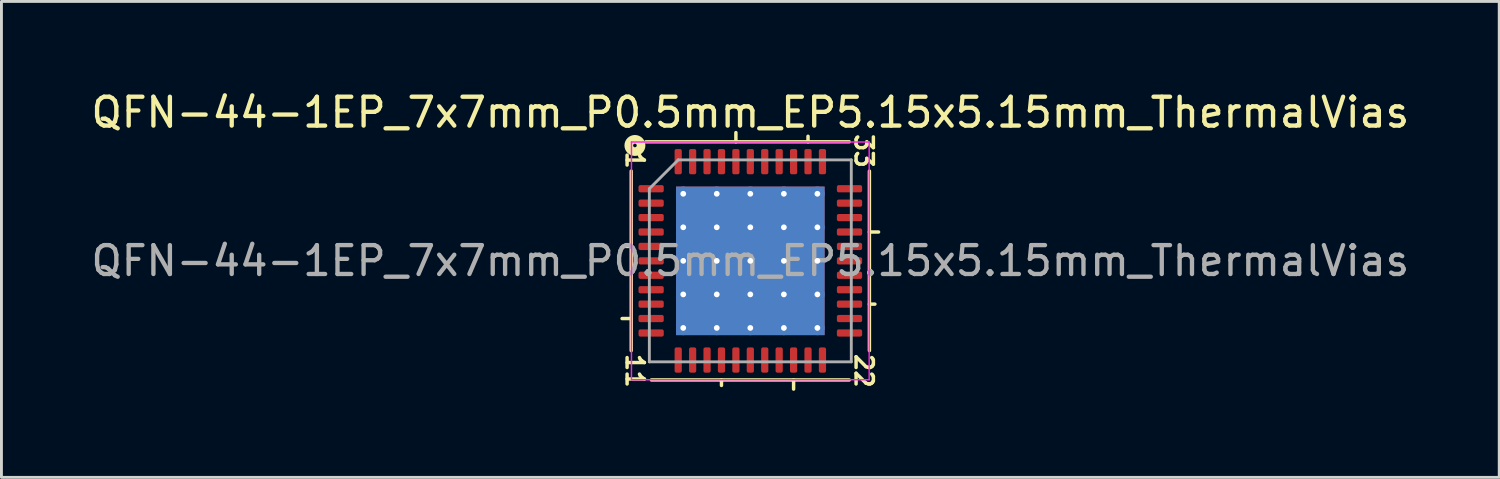
<source format=kicad_pcb>
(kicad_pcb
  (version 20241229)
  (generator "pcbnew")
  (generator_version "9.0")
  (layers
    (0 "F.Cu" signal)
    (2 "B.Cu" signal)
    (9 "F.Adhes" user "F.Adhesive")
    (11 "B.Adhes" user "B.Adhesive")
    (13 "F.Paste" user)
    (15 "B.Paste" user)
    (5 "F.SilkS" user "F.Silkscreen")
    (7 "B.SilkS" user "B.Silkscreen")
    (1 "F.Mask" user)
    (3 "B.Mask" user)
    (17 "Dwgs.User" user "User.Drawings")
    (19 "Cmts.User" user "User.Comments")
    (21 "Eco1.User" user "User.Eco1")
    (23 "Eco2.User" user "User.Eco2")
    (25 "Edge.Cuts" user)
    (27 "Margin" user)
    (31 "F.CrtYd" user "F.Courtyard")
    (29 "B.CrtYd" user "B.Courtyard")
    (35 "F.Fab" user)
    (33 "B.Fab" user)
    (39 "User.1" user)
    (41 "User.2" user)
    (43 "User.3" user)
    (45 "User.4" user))
  (footprint "QFN-44-1EP_7x7mm_P0.5mm_EP5.15x5.15mm_ThermalVias"
    (layer "F.Cu")
    (at 22.958 5.992)
    (property "Reference" "QFN-44-1EP_7x7mm_P0.5mm_EP5.15x5.15mm_ThermalVias" (at 0 -5.144 0) (layer "F.SilkS") (effects (font (size 1 1) (thickness 0.15))))
    (attr smd)
    (fp_line (start -4.128 -3.111) (end -4.128 3.111) (stroke (width 0.12) (type solid)) (layer "F.SilkS"))
    (fp_line (start -4.128 -0.5) (end -4.318 -0.5) (stroke (width 0.12) (type solid)) (layer "F.SilkS"))
    (fp_line (start -4.128 2) (end -4.445 2) (stroke (width 0.12) (type solid)) (layer "F.SilkS"))
    (fp_line (start -3.429 4.128) (end 3.429 4.128) (stroke (width 0.12) (type solid)) (layer "F.SilkS"))
    (fp_line (start -1 4.128) (end -1 4.318) (stroke (width 0.12) (type solid)) (layer "F.SilkS"))
    (fp_line (start -0.5 -4.128) (end -0.5 -4.445) (stroke (width 0.12) (type solid)) (layer "F.SilkS"))
    (fp_line (start 1.5 4.128) (end 1.5 4.445) (stroke (width 0.12) (type solid)) (layer "F.SilkS"))
    (fp_line (start 2 -4.128) (end 2 -4.318) (stroke (width 0.12) (type solid)) (layer "F.SilkS"))
    (fp_line (start 3.429 -4.128) (end -3.619 -4.128) (stroke (width 0.12) (type solid)) (layer "F.SilkS"))
    (fp_line (start 4.128 -1) (end 4.445 -1) (stroke (width 0.12) (type solid)) (layer "F.SilkS"))
    (fp_line (start 4.128 1.5) (end 4.318 1.5) (stroke (width 0.12) (type solid)) (layer "F.SilkS"))
    (fp_line (start 4.128 3.111) (end 4.128 -3.111) (stroke (width 0.12) (type solid)) (layer "F.SilkS"))
    (fp_circle (center -4 -4) (end -3.937 -4) (stroke (width 0.3) (type solid)) (fill no) (layer "F.SilkS"))
    (fp_line (start -4.12 -4.12) (end -4.12 4.12) (stroke (width 0.05) (type solid)) (layer "F.CrtYd"))
    (fp_line (start -4.12 4.12) (end 4.12 4.12) (stroke (width 0.05) (type solid)) (layer "F.CrtYd"))
    (fp_line (start 4.12 -4.12) (end -4.12 -4.12) (stroke (width 0.05) (type solid)) (layer "F.CrtYd"))
    (fp_line (start 4.12 4.12) (end 4.12 -4.12) (stroke (width 0.05) (type solid)) (layer "F.CrtYd"))
    (fp_line (start -3.5 -2.5) (end -2.5 -3.5) (stroke (width 0.1) (type solid)) (layer "F.Fab"))
    (fp_line (start -3.5 3.5) (end -3.5 -2.5) (stroke (width 0.1) (type solid)) (layer "F.Fab"))
    (fp_line (start -2.5 -3.5) (end 3.5 -3.5) (stroke (width 0.1) (type solid)) (layer "F.Fab"))
    (fp_line (start 3.5 -3.5) (end 3.5 3.5) (stroke (width 0.1) (type solid)) (layer "F.Fab"))
    (fp_line (start 3.5 3.5) (end -3.5 3.5) (stroke (width 0.1) (type solid)) (layer "F.Fab"))
    (fp_text user "33" (at 3.937 -3.81 270) (unlocked yes) (layer "F.SilkS") (effects (font (size 0.6 0.6) (thickness 0.12))))
    (fp_text user "22" (at 3.937 3.81 270) (unlocked yes) (layer "F.SilkS") (effects (font (size 0.6 0.6) (thickness 0.12))))
    (fp_text user "1" (at -4 -3.493 270) (unlocked yes) (layer "F.SilkS") (effects (font (size 0.6 0.6) (thickness 0.12))))
    (fp_text user "11" (at -4 3.81 270) (unlocked yes) (layer "F.SilkS") (effects (font (size 0.6 0.6) (thickness 0.12))))
    (fp_text user "${REFERENCE}" (at 0 0 0) (layer "F.Fab") (effects (font (size 1 1) (thickness 0.15))))
    (pad "" smd roundrect (at -1.744 -1.744) (size 0.997 0.997) (layers "F.Paste") (roundrect_rratio 0.25))
    (pad "" smd roundrect (at -1.744 -0.581) (size 0.997 0.997) (layers "F.Paste") (roundrect_rratio 0.25))
    (pad "" smd roundrect (at -1.744 0.581) (size 0.997 0.997) (layers "F.Paste") (roundrect_rratio 0.25))
    (pad "" smd roundrect (at -1.744 1.744) (size 0.997 0.997) (layers "F.Paste") (roundrect_rratio 0.25))
    (pad "" smd roundrect (at -0.581 -1.744) (size 0.997 0.997) (layers "F.Paste") (roundrect_rratio 0.25))
    (pad "" smd roundrect (at -0.581 -0.581) (size 0.997 0.997) (layers "F.Paste") (roundrect_rratio 0.25))
    (pad "" smd roundrect (at -0.581 0.581) (size 0.997 0.997) (layers "F.Paste") (roundrect_rratio 0.25))
    (pad "" smd roundrect (at -0.581 1.744) (size 0.997 0.997) (layers "F.Paste") (roundrect_rratio 0.25))
    (pad "" smd roundrect (at 0.581 -1.744) (size 0.997 0.997) (layers "F.Paste") (roundrect_rratio 0.25))
    (pad "" smd roundrect (at 0.581 -0.581) (size 0.997 0.997) (layers "F.Paste") (roundrect_rratio 0.25))
    (pad "" smd roundrect (at 0.581 0.581) (size 0.997 0.997) (layers "F.Paste") (roundrect_rratio 0.25))
    (pad "" smd roundrect (at 0.581 1.744) (size 0.997 0.997) (layers "F.Paste") (roundrect_rratio 0.25))
    (pad "" smd roundrect (at 1.744 -1.744) (size 0.997 0.997) (layers "F.Paste") (roundrect_rratio 0.25))
    (pad "" smd roundrect (at 1.744 -0.581) (size 0.997 0.997) (layers "F.Paste") (roundrect_rratio 0.25))
    (pad "" smd roundrect (at 1.744 0.581) (size 0.997 0.997) (layers "F.Paste") (roundrect_rratio 0.25))
    (pad "" smd roundrect (at 1.744 1.744) (size 0.997 0.997) (layers "F.Paste") (roundrect_rratio 0.25))
    (pad "1" smd roundrect (at -3.438 -2.5) (size 0.875 0.25) (layers "F.Cu" "F.Mask" "F.Paste") (roundrect_rratio 0.25))
    (pad "2" smd roundrect (at -3.438 -2) (size 0.875 0.25) (layers "F.Cu" "F.Mask" "F.Paste") (roundrect_rratio 0.25))
    (pad "3" smd roundrect (at -3.438 -1.5) (size 0.875 0.25) (layers "F.Cu" "F.Mask" "F.Paste") (roundrect_rratio 0.25))
    (pad "4" smd roundrect (at -3.438 -1) (size 0.875 0.25) (layers "F.Cu" "F.Mask" "F.Paste") (roundrect_rratio 0.25))
    (pad "5" smd roundrect (at -3.438 -0.5) (size 0.875 0.25) (layers "F.Cu" "F.Mask" "F.Paste") (roundrect_rratio 0.25))
    (pad "6" smd roundrect (at -3.438 0) (size 0.875 0.25) (layers "F.Cu" "F.Mask" "F.Paste") (roundrect_rratio 0.25))
    (pad "7" smd roundrect (at -3.438 0.5) (size 0.875 0.25) (layers "F.Cu" "F.Mask" "F.Paste") (roundrect_rratio 0.25))
    (pad "8" smd roundrect (at -3.438 1) (size 0.875 0.25) (layers "F.Cu" "F.Mask" "F.Paste") (roundrect_rratio 0.25))
    (pad "9" smd roundrect (at -3.438 1.5) (size 0.875 0.25) (layers "F.Cu" "F.Mask" "F.Paste") (roundrect_rratio 0.25))
    (pad "10" smd roundrect (at -3.438 2) (size 0.875 0.25) (layers "F.Cu" "F.Mask" "F.Paste") (roundrect_rratio 0.25))
    (pad "11" smd roundrect (at -3.438 2.5) (size 0.875 0.25) (layers "F.Cu" "F.Mask" "F.Paste") (roundrect_rratio 0.25))
    (pad "12" smd roundrect (at -2.5 3.438) (size 0.25 0.875) (layers "F.Cu" "F.Mask" "F.Paste") (roundrect_rratio 0.25))
    (pad "13" smd roundrect (at -2 3.438) (size 0.25 0.875) (layers "F.Cu" "F.Mask" "F.Paste") (roundrect_rratio 0.25))
    (pad "14" smd roundrect (at -1.5 3.438) (size 0.25 0.875) (layers "F.Cu" "F.Mask" "F.Paste") (roundrect_rratio 0.25))
    (pad "15" smd roundrect (at -1 3.438) (size 0.25 0.875) (layers "F.Cu" "F.Mask" "F.Paste") (roundrect_rratio 0.25))
    (pad "16" smd roundrect (at -0.5 3.438) (size 0.25 0.875) (layers "F.Cu" "F.Mask" "F.Paste") (roundrect_rratio 0.25))
    (pad "17" smd roundrect (at 0 3.438) (size 0.25 0.875) (layers "F.Cu" "F.Mask" "F.Paste") (roundrect_rratio 0.25))
    (pad "18" smd roundrect (at 0.5 3.438) (size 0.25 0.875) (layers "F.Cu" "F.Mask" "F.Paste") (roundrect_rratio 0.25))
    (pad "19" smd roundrect (at 1 3.438) (size 0.25 0.875) (layers "F.Cu" "F.Mask" "F.Paste") (roundrect_rratio 0.25))
    (pad "20" smd roundrect (at 1.5 3.438) (size 0.25 0.875) (layers "F.Cu" "F.Mask" "F.Paste") (roundrect_rratio 0.25))
    (pad "21" smd roundrect (at 2 3.438) (size 0.25 0.875) (layers "F.Cu" "F.Mask" "F.Paste") (roundrect_rratio 0.25))
    (pad "22" smd roundrect (at 2.5 3.438) (size 0.25 0.875) (layers "F.Cu" "F.Mask" "F.Paste") (roundrect_rratio 0.25))
    (pad "23" smd roundrect (at 3.438 2.5) (size 0.875 0.25) (layers "F.Cu" "F.Mask" "F.Paste") (roundrect_rratio 0.25))
    (pad "24" smd roundrect (at 3.438 2) (size 0.875 0.25) (layers "F.Cu" "F.Mask" "F.Paste") (roundrect_rratio 0.25))
    (pad "25" smd roundrect (at 3.438 1.5) (size 0.875 0.25) (layers "F.Cu" "F.Mask" "F.Paste") (roundrect_rratio 0.25))
    (pad "26" smd roundrect (at 3.438 1) (size 0.875 0.25) (layers "F.Cu" "F.Mask" "F.Paste") (roundrect_rratio 0.25))
    (pad "27" smd roundrect (at 3.438 0.5) (size 0.875 0.25) (layers "F.Cu" "F.Mask" "F.Paste") (roundrect_rratio 0.25))
    (pad "28" smd roundrect (at 3.438 0) (size 0.875 0.25) (layers "F.Cu" "F.Mask" "F.Paste") (roundrect_rratio 0.25))
    (pad "29" smd roundrect (at 3.438 -0.5) (size 0.875 0.25) (layers "F.Cu" "F.Mask" "F.Paste") (roundrect_rratio 0.25))
    (pad "30" smd roundrect (at 3.438 -1) (size 0.875 0.25) (layers "F.Cu" "F.Mask" "F.Paste") (roundrect_rratio 0.25))
    (pad "31" smd roundrect (at 3.438 -1.5) (size 0.875 0.25) (layers "F.Cu" "F.Mask" "F.Paste") (roundrect_rratio 0.25))
    (pad "32" smd roundrect (at 3.438 -2) (size 0.875 0.25) (layers "F.Cu" "F.Mask" "F.Paste") (roundrect_rratio 0.25))
    (pad "33" smd roundrect (at 3.438 -2.5) (size 0.875 0.25) (layers "F.Cu" "F.Mask" "F.Paste") (roundrect_rratio 0.25))
    (pad "34" smd roundrect (at 2.5 -3.438) (size 0.25 0.875) (layers "F.Cu" "F.Mask" "F.Paste") (roundrect_rratio 0.25))
    (pad "35" smd roundrect (at 2 -3.438) (size 0.25 0.875) (layers "F.Cu" "F.Mask" "F.Paste") (roundrect_rratio 0.25))
    (pad "36" smd roundrect (at 1.5 -3.438) (size 0.25 0.875) (layers "F.Cu" "F.Mask" "F.Paste") (roundrect_rratio 0.25))
    (pad "37" smd roundrect (at 1 -3.438) (size 0.25 0.875) (layers "F.Cu" "F.Mask" "F.Paste") (roundrect_rratio 0.25))
    (pad "38" smd roundrect (at 0.5 -3.438) (size 0.25 0.875) (layers "F.Cu" "F.Mask" "F.Paste") (roundrect_rratio 0.25))
    (pad "39" smd roundrect (at 0 -3.438) (size 0.25 0.875) (layers "F.Cu" "F.Mask" "F.Paste") (roundrect_rratio 0.25))
    (pad "40" smd roundrect (at -0.5 -3.438) (size 0.25 0.875) (layers "F.Cu" "F.Mask" "F.Paste") (roundrect_rratio 0.25))
    (pad "41" smd roundrect (at -1 -3.438) (size 0.25 0.875) (layers "F.Cu" "F.Mask" "F.Paste") (roundrect_rratio 0.25))
    (pad "42" smd roundrect (at -1.5 -3.438) (size 0.25 0.875) (layers "F.Cu" "F.Mask" "F.Paste") (roundrect_rratio 0.25))
    (pad "43" smd roundrect (at -2 -3.438) (size 0.25 0.875) (layers "F.Cu" "F.Mask" "F.Paste") (roundrect_rratio 0.25))
    (pad "44" smd roundrect (at -2.5 -3.438) (size 0.25 0.875) (layers "F.Cu" "F.Mask" "F.Paste") (roundrect_rratio 0.25))
    (pad "45" thru_hole circle (at -2.325 -2.325) (size 0.5 0.5) (drill 0.2) (layers "*.Cu"))
    (pad "45" thru_hole circle (at -2.325 -1.163) (size 0.5 0.5) (drill 0.2) (layers "*.Cu"))
    (pad "45" thru_hole circle (at -2.325 0) (size 0.5 0.5) (drill 0.2) (layers "*.Cu"))
    (pad "45" thru_hole circle (at -2.325 1.163) (size 0.5 0.5) (drill 0.2) (layers "*.Cu"))
    (pad "45" thru_hole circle (at -2.325 2.325) (size 0.5 0.5) (drill 0.2) (layers "*.Cu"))
    (pad "45" thru_hole circle (at -1.163 -2.325) (size 0.5 0.5) (drill 0.2) (layers "*.Cu"))
    (pad "45" thru_hole circle (at -1.163 -1.163) (size 0.5 0.5) (drill 0.2) (layers "*.Cu"))
    (pad "45" thru_hole circle (at -1.163 0) (size 0.5 0.5) (drill 0.2) (layers "*.Cu"))
    (pad "45" thru_hole circle (at -1.163 1.163) (size 0.5 0.5) (drill 0.2) (layers "*.Cu"))
    (pad "45" thru_hole circle (at -1.163 2.325) (size 0.5 0.5) (drill 0.2) (layers "*.Cu"))
    (pad "45" thru_hole circle (at 0 -2.325) (size 0.5 0.5) (drill 0.2) (layers "*.Cu"))
    (pad "45" thru_hole circle (at 0 -1.163) (size 0.5 0.5) (drill 0.2) (layers "*.Cu"))
    (pad "45" thru_hole circle (at 0 0) (size 0.5 0.5) (drill 0.2) (layers "*.Cu"))
    (pad "45" smd rect (at 0 0) (size 5.15 5.15) (layers "F.Cu" "F.Mask"))
    (pad "45" smd rect (at 0 0) (size 5.15 5.15) (layers "B.Cu"))
    (pad "45" thru_hole circle (at 0 1.163) (size 0.5 0.5) (drill 0.2) (layers "*.Cu"))
    (pad "45" thru_hole circle (at 0 2.325) (size 0.5 0.5) (drill 0.2) (layers "*.Cu"))
    (pad "45" thru_hole circle (at 1.163 -2.325) (size 0.5 0.5) (drill 0.2) (layers "*.Cu"))
    (pad "45" thru_hole circle (at 1.163 -1.163) (size 0.5 0.5) (drill 0.2) (layers "*.Cu"))
    (pad "45" thru_hole circle (at 1.163 0) (size 0.5 0.5) (drill 0.2) (layers "*.Cu"))
    (pad "45" thru_hole circle (at 1.163 1.163) (size 0.5 0.5) (drill 0.2) (layers "*.Cu"))
    (pad "45" thru_hole circle (at 1.163 2.325) (size 0.5 0.5) (drill 0.2) (layers "*.Cu"))
    (pad "45" thru_hole circle (at 2.325 -2.325) (size 0.5 0.5) (drill 0.2) (layers "*.Cu"))
    (pad "45" thru_hole circle (at 2.325 -1.163) (size 0.5 0.5) (drill 0.2) (layers "*.Cu"))
    (pad "45" thru_hole circle (at 2.325 0) (size 0.5 0.5) (drill 0.2) (layers "*.Cu"))
    (pad "45" thru_hole circle (at 2.325 1.163) (size 0.5 0.5) (drill 0.2) (layers "*.Cu"))
    (pad "45" thru_hole circle (at 2.325 2.325) (size 0.5 0.5) (drill 0.2) (layers "*.Cu")))
  (gr_rect
    (start -3 -3)
    (end 48.917 13.497)
    (stroke (width 0.1) (type default))
    (fill no)
    (layer "Edge.Cuts")))
</source>
